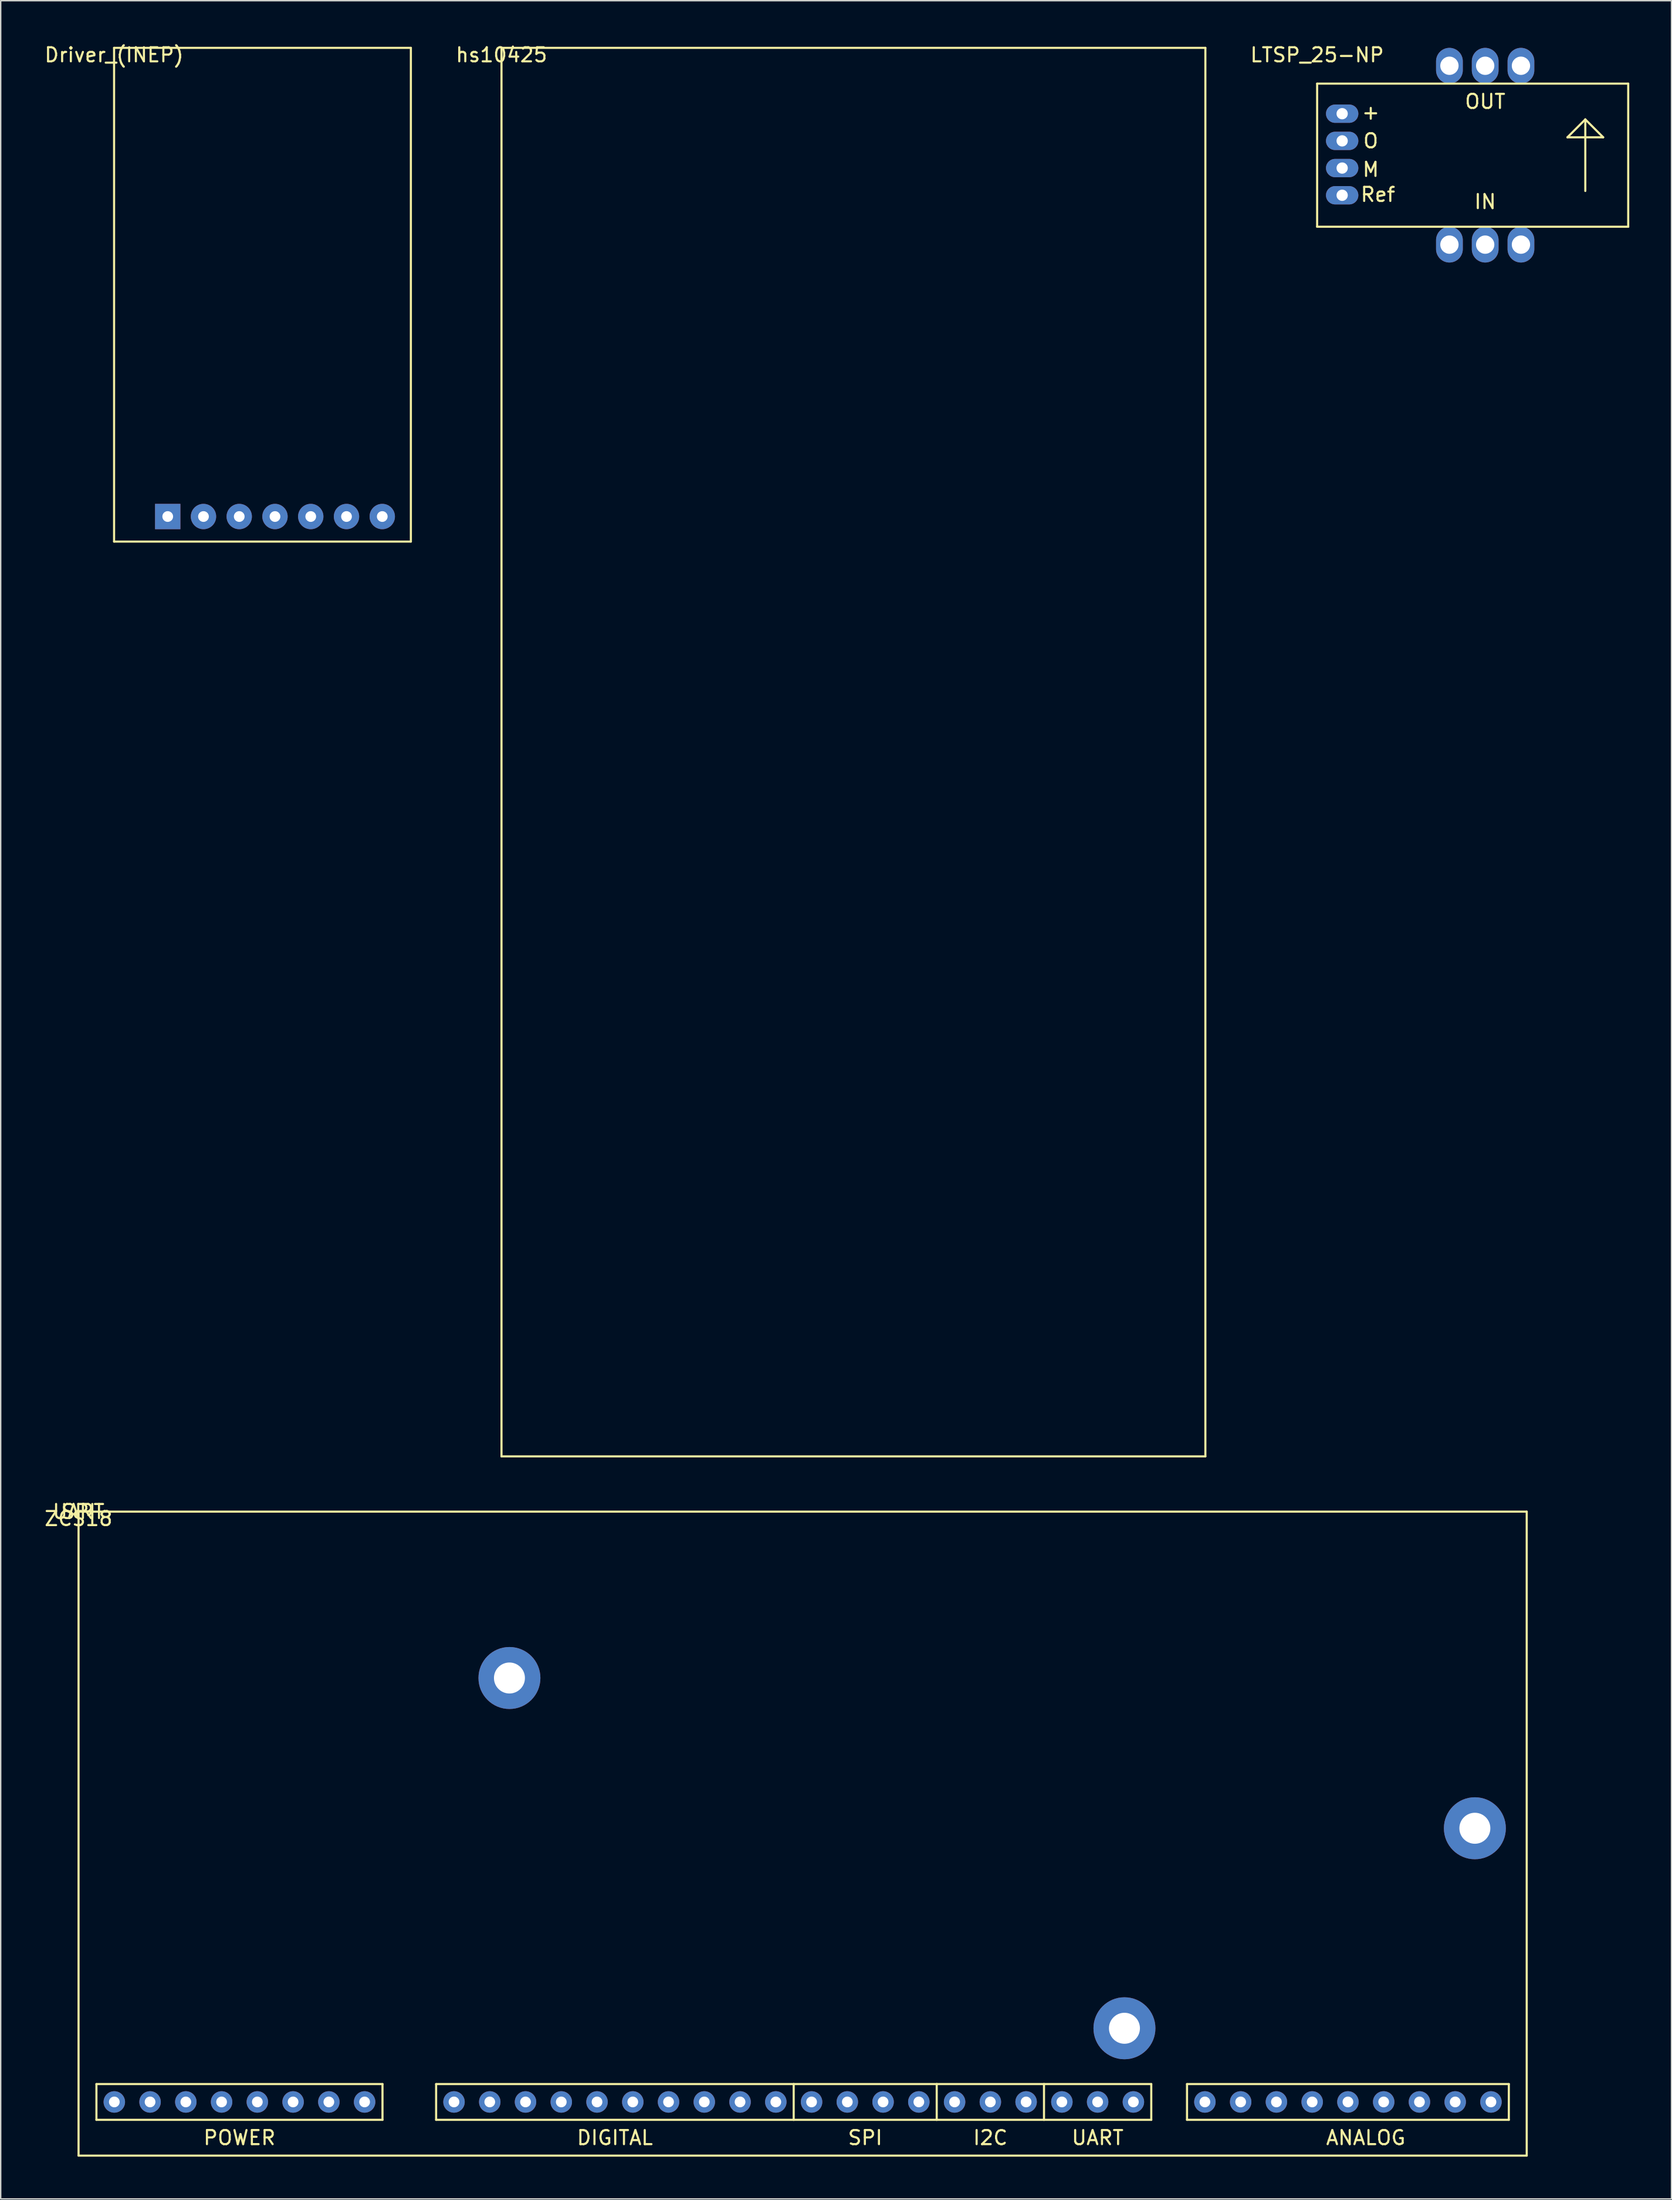
<source format=kicad_pcb>
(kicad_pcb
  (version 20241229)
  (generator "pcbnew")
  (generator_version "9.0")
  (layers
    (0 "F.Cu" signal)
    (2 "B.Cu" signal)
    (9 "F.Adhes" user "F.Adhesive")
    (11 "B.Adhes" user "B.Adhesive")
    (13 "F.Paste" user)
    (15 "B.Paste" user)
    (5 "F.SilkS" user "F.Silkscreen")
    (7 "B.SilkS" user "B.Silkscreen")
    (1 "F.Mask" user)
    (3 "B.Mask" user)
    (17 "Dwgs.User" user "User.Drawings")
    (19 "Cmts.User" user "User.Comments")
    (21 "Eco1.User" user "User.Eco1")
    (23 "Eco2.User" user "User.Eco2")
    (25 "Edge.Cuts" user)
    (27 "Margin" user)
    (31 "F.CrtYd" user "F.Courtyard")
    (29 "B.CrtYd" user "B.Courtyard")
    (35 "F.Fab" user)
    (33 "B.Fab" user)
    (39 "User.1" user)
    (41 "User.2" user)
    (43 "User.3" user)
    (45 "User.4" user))
  (footprint "Driver_(INEP)"
    (layer "F.Cu")
    (at 5.054 0.348)
    (property "Reference" "Driver_(INEP)" (at 0 0.5 0) (layer "F.SilkS") (effects (font (size 1 1) (thickness 0.15))))
    (attr through_hole)
    (fp_line (start 0 0) (end 0 35.052) (stroke (width 0.15) (type solid)) (layer "F.SilkS"))
    (fp_line (start 0 0) (end 21.082 0) (stroke (width 0.15) (type solid)) (layer "F.SilkS"))
    (fp_line (start 0 35.052) (end 21.082 35.052) (stroke (width 0.15) (type solid)) (layer "F.SilkS"))
    (fp_line (start 21.082 0) (end 21.082 35.052) (stroke (width 0.15) (type solid)) (layer "F.SilkS"))
    (pad "1" thru_hole rect (at 3.81 33.274 180) (size 1.8 1.8) (drill 0.762) (layers "*.Cu" "*.Mask"))
    (pad "2" thru_hole circle (at 6.35 33.274 180) (size 1.8 1.8) (drill 0.762) (layers "*.Cu" "*.Mask"))
    (pad "3" thru_hole circle (at 8.89 33.274 180) (size 1.8 1.8) (drill 0.762) (layers "*.Cu" "*.Mask"))
    (pad "4" thru_hole circle (at 11.43 33.274 180) (size 1.8 1.8) (drill 0.762) (layers "*.Cu" "*.Mask"))
    (pad "5" thru_hole circle (at 13.97 33.274 180) (size 1.8 1.8) (drill 0.762) (layers "*.Cu" "*.Mask"))
    (pad "6" thru_hole circle (at 16.51 33.274 180) (size 1.8 1.8) (drill 0.762) (layers "*.Cu" "*.Mask"))
    (pad "7" thru_hole circle (at 19.05 33.274 180) (size 1.8 1.8) (drill 0.762) (layers "*.Cu" "*.Mask")))
  (footprint "ZCS18"
    (layer "F.Cu")
    (at 2.53 104.272)
    (property "Reference" "ZCS18" (at 0 0.5 0) (layer "F.SilkS") (effects (font (size 1 1) (thickness 0.15))))
    (attr through_hole)
    (fp_line (start 0 0) (end 0 45.72) (stroke (width 0.15) (type solid)) (layer "F.SilkS"))
    (fp_line (start 0 0) (end 102.87 0) (stroke (width 0.15) (type solid)) (layer "F.SilkS"))
    (fp_line (start 0 45.72) (end 102.87 45.72) (stroke (width 0.15) (type solid)) (layer "F.SilkS"))
    (fp_line (start 1.27 40.64) (end 1.27 43.18) (stroke (width 0.15) (type solid)) (layer "F.SilkS"))
    (fp_line (start 1.27 43.18) (end 21.59 43.18) (stroke (width 0.15) (type solid)) (layer "F.SilkS"))
    (fp_line (start 21.59 40.64) (end 1.27 40.64) (stroke (width 0.15) (type solid)) (layer "F.SilkS"))
    (fp_line (start 21.59 43.18) (end 21.59 40.64) (stroke (width 0.15) (type solid)) (layer "F.SilkS"))
    (fp_line (start 25.4 40.64) (end 25.4 43.18) (stroke (width 0.15) (type solid)) (layer "F.SilkS"))
    (fp_line (start 25.4 43.18) (end 50.8 43.18) (stroke (width 0.15) (type solid)) (layer "F.SilkS"))
    (fp_line (start 50.8 40.64) (end 25.4 40.64) (stroke (width 0.15) (type solid)) (layer "F.SilkS"))
    (fp_line (start 50.8 43.18) (end 50.8 40.64) (stroke (width 0.15) (type solid)) (layer "F.SilkS"))
    (fp_line (start 50.8 43.18) (end 60.96 43.18) (stroke (width 0.15) (type solid)) (layer "F.SilkS"))
    (fp_line (start 60.96 40.64) (end 50.8 40.64) (stroke (width 0.15) (type solid)) (layer "F.SilkS"))
    (fp_line (start 60.96 43.18) (end 60.96 40.64) (stroke (width 0.15) (type solid)) (layer "F.SilkS"))
    (fp_line (start 60.96 43.18) (end 68.58 43.18) (stroke (width 0.15) (type solid)) (layer "F.SilkS"))
    (fp_line (start 68.58 40.64) (end 60.96 40.64) (stroke (width 0.15) (type solid)) (layer "F.SilkS"))
    (fp_line (start 68.58 43.18) (end 68.58 40.64) (stroke (width 0.15) (type solid)) (layer "F.SilkS"))
    (fp_line (start 68.58 43.18) (end 76.2 43.18) (stroke (width 0.15) (type solid)) (layer "F.SilkS"))
    (fp_line (start 76.2 40.64) (end 68.58 40.64) (stroke (width 0.15) (type solid)) (layer "F.SilkS"))
    (fp_line (start 76.2 43.18) (end 76.2 40.64) (stroke (width 0.15) (type solid)) (layer "F.SilkS"))
    (fp_line (start 78.74 40.64) (end 78.74 43.18) (stroke (width 0.15) (type solid)) (layer "F.SilkS"))
    (fp_line (start 78.74 43.18) (end 101.6 43.18) (stroke (width 0.15) (type solid)) (layer "F.SilkS"))
    (fp_line (start 101.6 40.64) (end 78.74 40.64) (stroke (width 0.15) (type solid)) (layer "F.SilkS"))
    (fp_line (start 101.6 43.18) (end 101.6 40.64) (stroke (width 0.15) (type solid)) (layer "F.SilkS"))
    (fp_line (start 102.87 0) (end 102.87 45.72) (stroke (width 0.15) (type solid)) (layer "F.SilkS"))
    (fp_text user "POWER" (at 11.43 44.45 0) (layer "F.SilkS") (effects (font (size 1 1) (thickness 0.15))))
    (fp_text user "UART" (at 72.39 44.45 0) (layer "F.SilkS") (effects (font (size 1 1) (thickness 0.15))))
    (fp_text user "SPI" (at 0 0 0) (layer "F.SilkS") (effects (font (size 1 1) (thickness 0.15))))
    (fp_text user "UART" (at 0 0 0) (layer "F.SilkS") (effects (font (size 1 1) (thickness 0.15))))
    (fp_text user "DIGITAL" (at 38.1 44.45 0) (layer "F.SilkS") (effects (font (size 1 1) (thickness 0.15))))
    (fp_text user "SPI" (at 55.88 44.45 0) (layer "F.SilkS") (effects (font (size 1 1) (thickness 0.15))))
    (fp_text user "ANALOG" (at 91.44 44.45 0) (layer "F.SilkS") (effects (font (size 1 1) (thickness 0.15))))
    (fp_text user "I2C" (at 64.77 44.45 0) (layer "F.SilkS") (effects (font (size 1 1) (thickness 0.15))))
    (pad "1" thru_hole circle (at 2.54 41.91) (size 1.524 1.524) (drill 0.762) (layers "*.Cu" "*.Mask"))
    (pad "2" thru_hole circle (at 5.08 41.91) (size 1.524 1.524) (drill 0.762) (layers "*.Cu" "*.Mask"))
    (pad "3" thru_hole circle (at 7.62 41.91) (size 1.524 1.524) (drill 0.762) (layers "*.Cu" "*.Mask"))
    (pad "4" thru_hole circle (at 10.16 41.91) (size 1.524 1.524) (drill 0.762) (layers "*.Cu" "*.Mask"))
    (pad "5" thru_hole circle (at 12.7 41.91) (size 1.524 1.524) (drill 0.762) (layers "*.Cu" "*.Mask"))
    (pad "6" thru_hole circle (at 15.24 41.91) (size 1.524 1.524) (drill 0.762) (layers "*.Cu" "*.Mask"))
    (pad "7" thru_hole circle (at 17.78 41.91) (size 1.524 1.524) (drill 0.762) (layers "*.Cu" "*.Mask"))
    (pad "8" thru_hole circle (at 20.32 41.91) (size 1.524 1.524) (drill 0.762) (layers "*.Cu" "*.Mask"))
    (pad "9" thru_hole circle (at 26.67 41.91) (size 1.524 1.524) (drill 0.762) (layers "*.Cu" "*.Mask"))
    (pad "10" thru_hole circle (at 29.21 41.91) (size 1.524 1.524) (drill 0.762) (layers "*.Cu" "*.Mask"))
    (pad "11" thru_hole circle (at 31.75 41.91) (size 1.524 1.524) (drill 0.762) (layers "*.Cu" "*.Mask"))
    (pad "12" thru_hole circle (at 34.29 41.91) (size 1.524 1.524) (drill 0.762) (layers "*.Cu" "*.Mask"))
    (pad "13" thru_hole circle (at 36.83 41.91) (size 1.524 1.524) (drill 0.762) (layers "*.Cu" "*.Mask"))
    (pad "14" thru_hole circle (at 39.37 41.91) (size 1.524 1.524) (drill 0.762) (layers "*.Cu" "*.Mask"))
    (pad "15" thru_hole circle (at 41.91 41.91) (size 1.524 1.524) (drill 0.762) (layers "*.Cu" "*.Mask"))
    (pad "16" thru_hole circle (at 44.45 41.91) (size 1.524 1.524) (drill 0.762) (layers "*.Cu" "*.Mask"))
    (pad "17" thru_hole circle (at 46.99 41.91) (size 1.524 1.524) (drill 0.762) (layers "*.Cu" "*.Mask"))
    (pad "18" thru_hole circle (at 49.53 41.91) (size 1.524 1.524) (drill 0.762) (layers "*.Cu" "*.Mask"))
    (pad "19" thru_hole circle (at 52.07 41.91) (size 1.524 1.524) (drill 0.762) (layers "*.Cu" "*.Mask"))
    (pad "20" thru_hole circle (at 54.61 41.91) (size 1.524 1.524) (drill 0.762) (layers "*.Cu" "*.Mask"))
    (pad "21" thru_hole circle (at 57.15 41.91) (size 1.524 1.524) (drill 0.762) (layers "*.Cu" "*.Mask"))
    (pad "22" thru_hole circle (at 59.69 41.91) (size 1.524 1.524) (drill 0.762) (layers "*.Cu" "*.Mask"))
    (pad "23" thru_hole circle (at 62.23 41.91) (size 1.524 1.524) (drill 0.762) (layers "*.Cu" "*.Mask"))
    (pad "24" thru_hole circle (at 64.77 41.91) (size 1.524 1.524) (drill 0.762) (layers "*.Cu" "*.Mask"))
    (pad "25" thru_hole circle (at 67.31 41.91) (size 1.524 1.524) (drill 0.762) (layers "*.Cu" "*.Mask"))
    (pad "26" thru_hole circle (at 69.85 41.91) (size 1.524 1.524) (drill 0.762) (layers "*.Cu" "*.Mask"))
    (pad "27" thru_hole circle (at 72.39 41.91) (size 1.524 1.524) (drill 0.762) (layers "*.Cu" "*.Mask"))
    (pad "28" thru_hole circle (at 74.93 41.91) (size 1.524 1.524) (drill 0.762) (layers "*.Cu" "*.Mask"))
    (pad "29" thru_hole circle (at 80.01 41.91) (size 1.524 1.524) (drill 0.762) (layers "*.Cu" "*.Mask"))
    (pad "30" thru_hole circle (at 82.55 41.91) (size 1.524 1.524) (drill 0.762) (layers "*.Cu" "*.Mask"))
    (pad "31" thru_hole circle (at 85.09 41.91) (size 1.524 1.524) (drill 0.762) (layers "*.Cu" "*.Mask"))
    (pad "32" thru_hole circle (at 87.63 41.91) (size 1.524 1.524) (drill 0.762) (layers "*.Cu" "*.Mask"))
    (pad "33" thru_hole circle (at 90.17 41.91) (size 1.524 1.524) (drill 0.762) (layers "*.Cu" "*.Mask"))
    (pad "34" thru_hole circle (at 92.71 41.91) (size 1.524 1.524) (drill 0.762) (layers "*.Cu" "*.Mask"))
    (pad "35" thru_hole circle (at 95.25 41.91) (size 1.524 1.524) (drill 0.762) (layers "*.Cu" "*.Mask"))
    (pad "36" thru_hole circle (at 97.79 41.91) (size 1.524 1.524) (drill 0.762) (layers "*.Cu" "*.Mask"))
    (pad "37" thru_hole circle (at 100.33 41.91) (size 1.524 1.524) (drill 0.762) (layers "*.Cu" "*.Mask"))
    (pad "38" thru_hole circle (at 74.295 36.679) (size 4.4 4.4) (drill 2.2) (layers "*.Cu" "*.Mask"))
    (pad "39" thru_hole circle (at 99.187 22.479) (size 4.4 4.4) (drill 2.2) (layers "*.Cu" "*.Mask"))
    (pad "40" thru_hole circle (at 30.608 11.811) (size 4.4 4.4) (drill 2.2) (layers "*.Cu" "*.Mask")))
  (footprint "hs10425"
    (layer "F.Cu")
    (at 32.574 0.348)
    (property "Reference" "hs10425" (at 0 0.5 0) (layer "F.SilkS") (effects (font (size 1 1) (thickness 0.15))))
    (attr through_hole)
    (fp_line (start 0 0) (end 0 100) (stroke (width 0.15) (type solid)) (layer "F.SilkS"))
    (fp_line (start 0 0) (end 50 0) (stroke (width 0.15) (type solid)) (layer "F.SilkS"))
    (fp_line (start 0 100) (end 50 100) (stroke (width 0.15) (type solid)) (layer "F.SilkS"))
    (fp_line (start 50 0) (end 50 100) (stroke (width 0.15) (type solid)) (layer "F.SilkS")))
  (footprint "LTSP_25-NP"
    (layer "F.Cu")
    (at 90.512 2.888)
    (property "Reference" "LTSP_25-NP" (at 0 -2.04 0) (layer "F.SilkS") (effects (font (size 1 1) (thickness 0.15))))
    (attr through_hole)
    (fp_line (start 0 0) (end 0 10.16) (stroke (width 0.15) (type solid)) (layer "F.SilkS"))
    (fp_line (start 0 0) (end 22.098 0) (stroke (width 0.15) (type solid)) (layer "F.SilkS"))
    (fp_line (start 0 10.16) (end 22.098 10.16) (stroke (width 0.15) (type solid)) (layer "F.SilkS"))
    (fp_line (start 17.78 3.81) (end 20.32 3.81) (stroke (width 0.15) (type solid)) (layer "F.SilkS"))
    (fp_line (start 19.05 2.54) (end 17.78 3.81) (stroke (width 0.15) (type solid)) (layer "F.SilkS"))
    (fp_line (start 19.05 7.62) (end 19.05 2.54) (stroke (width 0.15) (type solid)) (layer "F.SilkS"))
    (fp_line (start 20.32 3.81) (end 19.05 2.54) (stroke (width 0.15) (type solid)) (layer "F.SilkS"))
    (fp_line (start 22.098 0) (end 22.098 10.16) (stroke (width 0.15) (type solid)) (layer "F.SilkS"))
    (fp_text user "IN" (at 11.938 8.382 0) (layer "F.SilkS") (effects (font (size 1 1) (thickness 0.15))))
    (fp_text user "OUT" (at 11.938 1.27 0) (layer "F.SilkS") (effects (font (size 1 1) (thickness 0.15))))
    (fp_text user "+" (at 3.81 2.032 0) (layer "F.SilkS") (effects (font (size 1 1) (thickness 0.15))))
    (fp_text user "M" (at 3.81 6.096 0) (layer "F.SilkS") (effects (font (size 1 1) (thickness 0.15))))
    (fp_text user "O" (at 3.81 4.064 0) (layer "F.SilkS") (effects (font (size 1 1) (thickness 0.15))))
    (fp_text user "Ref" (at 4.318 7.874 0) (layer "F.SilkS") (effects (font (size 1 1) (thickness 0.15))))
    (pad "1" thru_hole oval (at 9.398 -1.27) (size 1.9 2.54) (drill 1.3) (layers "*.Cu" "*.Mask"))
    (pad "2" thru_hole oval (at 11.938 -1.27) (size 1.9 2.54) (drill 1.3) (layers "*.Cu" "*.Mask"))
    (pad "3" thru_hole oval (at 14.478 -1.27) (size 1.9 2.54) (drill 1.3) (layers "*.Cu" "*.Mask"))
    (pad "4" thru_hole oval (at 14.478 11.43) (size 1.9 2.54) (drill 1.3) (layers "*.Cu" "*.Mask"))
    (pad "5" thru_hole oval (at 11.938 11.43) (size 1.9 2.54) (drill 1.3) (layers "*.Cu" "*.Mask"))
    (pad "6" thru_hole oval (at 9.398 11.43) (size 1.9 2.54) (drill 1.3) (layers "*.Cu" "*.Mask"))
    (pad "7" thru_hole oval (at 1.778 2.134 180) (size 2.3 1.3) (drill 0.8) (layers "*.Cu" "*.Mask"))
    (pad "8" thru_hole oval (at 1.778 4.064 180) (size 2.3 1.3) (drill 0.8) (layers "*.Cu" "*.Mask"))
    (pad "9" thru_hole oval (at 1.778 5.994 180) (size 2.3 1.3) (drill 0.8) (layers "*.Cu" "*.Mask"))
    (pad "10" thru_hole oval (at 1.778 7.925 180) (size 2.3 1.3) (drill 0.8) (layers "*.Cu" "*.Mask")))
  (gr_rect
    (start -3 -3)
    (end 115.685 153.066)
    (stroke (width 0.1) (type default))
    (fill no)
    (layer "Edge.Cuts")))
</source>
